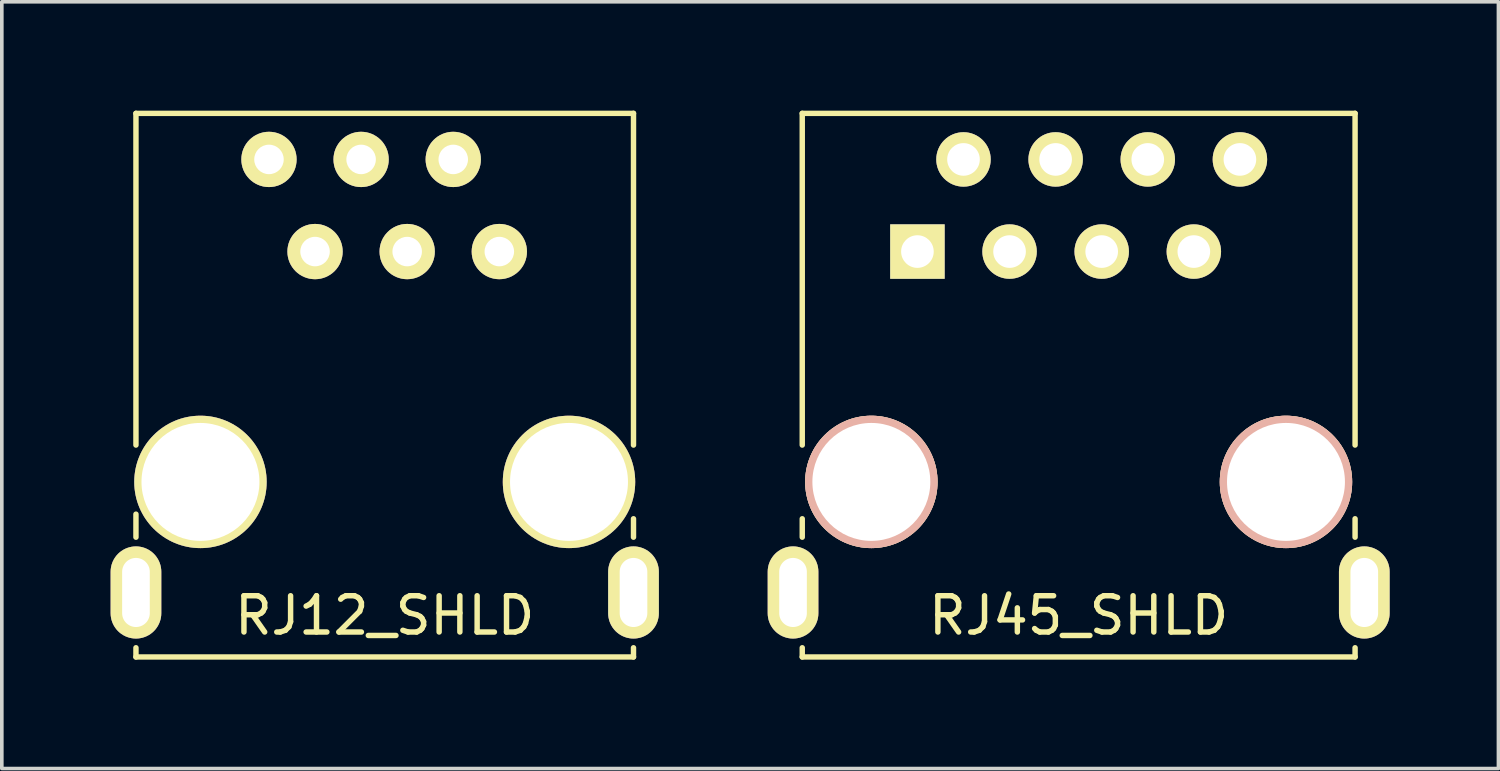
<source format=kicad_pcb>
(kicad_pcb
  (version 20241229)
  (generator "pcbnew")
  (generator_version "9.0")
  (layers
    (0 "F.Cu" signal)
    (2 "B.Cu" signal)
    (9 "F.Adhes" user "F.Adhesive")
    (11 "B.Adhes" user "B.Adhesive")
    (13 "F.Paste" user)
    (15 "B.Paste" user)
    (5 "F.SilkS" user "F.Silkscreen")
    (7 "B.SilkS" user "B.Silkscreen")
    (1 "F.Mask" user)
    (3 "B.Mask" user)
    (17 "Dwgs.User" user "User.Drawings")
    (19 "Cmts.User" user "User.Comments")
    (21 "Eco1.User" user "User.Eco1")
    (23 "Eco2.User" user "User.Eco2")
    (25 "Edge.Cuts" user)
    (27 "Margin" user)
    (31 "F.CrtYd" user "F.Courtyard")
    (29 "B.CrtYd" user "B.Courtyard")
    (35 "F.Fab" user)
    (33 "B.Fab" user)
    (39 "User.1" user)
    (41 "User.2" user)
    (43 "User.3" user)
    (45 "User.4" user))
  (footprint "RJ45_SHLD"
    (layer "F.Cu")
    (at 26.686 10.235)
    (property "Reference" "RJ45_SHLD" (at 0 3.683 0) (layer "F.SilkS") (effects (font (size 1 1) (thickness 0.15))))
    (attr through_hole)
    (fp_line (start -7.62 -10.16) (end -7.62 -1.016) (stroke (width 0.15) (type solid)) (layer "F.SilkS"))
    (fp_line (start -7.62 1.524) (end -7.62 1.016) (stroke (width 0.15) (type solid)) (layer "F.SilkS"))
    (fp_line (start -7.62 4.826) (end -7.62 4.572) (stroke (width 0.15) (type solid)) (layer "F.SilkS"))
    (fp_line (start 7.62 -10.16) (end -7.62 -10.16) (stroke (width 0.15) (type solid)) (layer "F.SilkS"))
    (fp_line (start 7.62 -1.016) (end 7.62 -10.16) (stroke (width 0.15) (type solid)) (layer "F.SilkS"))
    (fp_line (start 7.62 1.016) (end 7.62 1.524) (stroke (width 0.15) (type solid)) (layer "F.SilkS"))
    (fp_line (start 7.62 4.572) (end 7.62 4.826) (stroke (width 0.15) (type solid)) (layer "F.SilkS"))
    (fp_line (start 7.62 4.826) (end -7.62 4.826) (stroke (width 0.15) (type solid)) (layer "F.SilkS"))
    (pad "" np_thru_hole circle (at -5.715 0) (size 3.65 3.65) (drill 3.251) (layers "*.Cu" "*.SilkS" "*.Mask"))
    (pad "" np_thru_hole circle (at 5.715 0) (size 3.65 3.65) (drill 3.251) (layers "*.Cu" "*.SilkS" "*.Mask"))
    (pad "1" thru_hole rect (at -4.445 -6.35) (size 1.501 1.501) (drill 0.899) (layers "*.Cu" "*.Mask" "F.SilkS"))
    (pad "2" thru_hole circle (at -3.175 -8.89) (size 1.501 1.501) (drill 0.899) (layers "*.Cu" "*.Mask" "F.SilkS"))
    (pad "3" thru_hole circle (at -1.905 -6.35) (size 1.501 1.501) (drill 0.899) (layers "*.Cu" "*.Mask" "F.SilkS"))
    (pad "4" thru_hole circle (at -0.635 -8.89) (size 1.501 1.501) (drill 0.899) (layers "*.Cu" "*.Mask" "F.SilkS"))
    (pad "5" thru_hole circle (at 0.635 -6.35) (size 1.501 1.501) (drill 0.899) (layers "*.Cu" "*.Mask" "F.SilkS"))
    (pad "6" thru_hole circle (at 1.905 -8.89) (size 1.501 1.501) (drill 0.899) (layers "*.Cu" "*.Mask" "F.SilkS"))
    (pad "7" thru_hole circle (at 3.175 -6.35) (size 1.501 1.501) (drill 0.899) (layers "*.Cu" "*.Mask" "F.SilkS"))
    (pad "8" thru_hole circle (at 4.445 -8.89) (size 1.501 1.501) (drill 0.899) (layers "*.Cu" "*.Mask" "F.SilkS"))
    (pad "9" thru_hole oval (at -7.874 3.048) (size 1.397 2.54) (drill oval 0.762 1.905) (layers "*.Cu" "*.Mask" "F.SilkS"))
    (pad "9" thru_hole oval (at 7.874 3.048) (size 1.397 2.54) (drill oval 0.762 1.905) (layers "*.Cu" "*.Mask" "F.SilkS")))
  (footprint "RJ12_SHLD"
    (layer "F.Cu")
    (at 7.556 10.235)
    (property "Reference" "RJ12_SHLD" (at 0 3.683 0) (layer "F.SilkS") (effects (font (size 1 1) (thickness 0.15))))
    (attr through_hole)
    (fp_line (start -6.858 -10.16) (end 6.858 -10.16) (stroke (width 0.15) (type solid)) (layer "F.SilkS"))
    (fp_line (start -6.858 -1.016) (end -6.858 -10.16) (stroke (width 0.15) (type solid)) (layer "F.SilkS"))
    (fp_line (start -6.858 0.889) (end -6.858 1.524) (stroke (width 0.15) (type solid)) (layer "F.SilkS"))
    (fp_line (start -6.858 4.572) (end -6.858 4.826) (stroke (width 0.15) (type solid)) (layer "F.SilkS"))
    (fp_line (start -6.858 4.826) (end 6.858 4.826) (stroke (width 0.15) (type solid)) (layer "F.SilkS"))
    (fp_line (start 6.858 -10.16) (end 6.858 -1.016) (stroke (width 0.15) (type solid)) (layer "F.SilkS"))
    (fp_line (start 6.858 1.016) (end 6.858 1.524) (stroke (width 0.15) (type solid)) (layer "F.SilkS"))
    (fp_line (start 6.858 4.826) (end 6.858 4.572) (stroke (width 0.15) (type solid)) (layer "F.SilkS"))
    (pad "" np_thru_hole circle (at -5.08 0) (size 3.65 3.65) (drill 3.251) (layers "*.Cu" "*.Mask" "F.SilkS"))
    (pad "" np_thru_hole circle (at 5.08 0) (size 3.65 3.65) (drill 3.251) (layers "*.Cu" "*.Mask" "F.SilkS"))
    (pad "1" thru_hole circle (at -3.191 -8.89) (size 1.524 1.524) (drill 0.813) (layers "*.Cu" "*.Mask" "F.SilkS"))
    (pad "2" thru_hole circle (at -1.921 -6.35) (size 1.524 1.524) (drill 0.813) (layers "*.Cu" "*.Mask" "F.SilkS"))
    (pad "3" thru_hole circle (at -0.651 -8.89) (size 1.524 1.524) (drill 0.813) (layers "*.Cu" "*.Mask" "F.SilkS"))
    (pad "4" thru_hole circle (at 0.619 -6.35) (size 1.524 1.524) (drill 0.813) (layers "*.Cu" "*.Mask" "F.SilkS"))
    (pad "5" thru_hole circle (at 1.889 -8.89) (size 1.524 1.524) (drill 0.813) (layers "*.Cu" "*.Mask" "F.SilkS"))
    (pad "6" thru_hole circle (at 3.159 -6.35) (size 1.524 1.524) (drill 0.813) (layers "*.Cu" "*.Mask" "F.SilkS"))
    (pad "7" thru_hole oval (at -6.858 3.048) (size 1.397 2.54) (drill oval 0.762 1.905) (layers "*.Cu" "*.Mask" "F.SilkS"))
    (pad "8" thru_hole oval (at 6.858 3.048) (size 1.397 2.54) (drill oval 0.762 1.905) (layers "*.Cu" "*.Mask" "F.SilkS")))
  (gr_rect
    (start -3 -3)
    (end 38.258 18.136)
    (stroke (width 0.1) (type default))
    (fill no)
    (layer "Edge.Cuts")))
</source>
